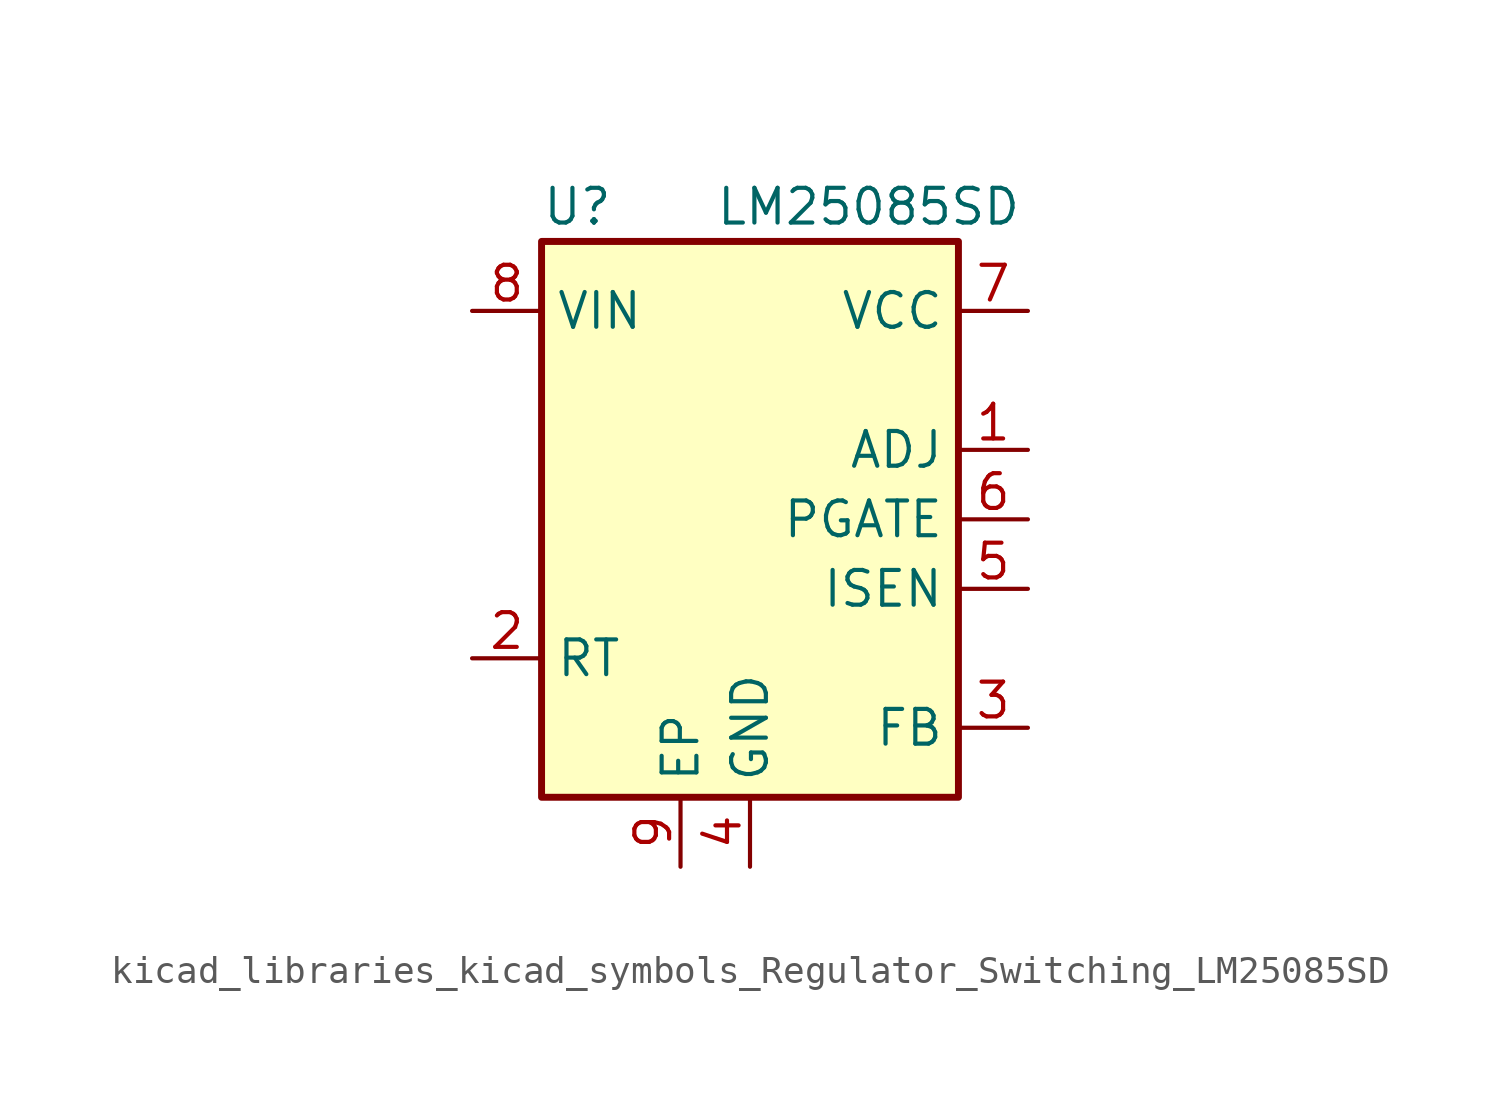
<source format=kicad_sym>
(kicad_symbol_lib
  (version 20220914)
  (generator kicad_symbol_editor)
  (symbol "kicad_libraries_kicad_symbols_Regulator_Switching_LM25085SD"
    (property "Reference" "U"
      (at -7.62 11.43 0)
      (effects (font (size 1.27 1.27)) (justify left)))
    (property "Value" "LM25085SD"
      (at -1.27 11.43 0)
      (effects (font (size 1.27 1.27)) (justify left)))
    (symbol "kicad_libraries_kicad_symbols_Regulator_Switching_LM25085SD_0_1"
      (rectangle (start -7.62 10.16) (end 7.62 -10.16) (stroke (width 0.254) (type default)) (fill (type background))))
    (symbol "kicad_libraries_kicad_symbols_Regulator_Switching_LM25085SD_1_1"
      (pin input line (at 10.16 2.54 180) (length 2.54) (name "ADJ" (effects (font (size 1.27 1.27)))) (number "1" (effects (font (size 1.27 1.27)))))
      (pin input line (at -10.16 -5.08 0) (length 2.54) (name "RT" (effects (font (size 1.27 1.27)))) (number "2" (effects (font (size 1.27 1.27)))))
      (pin input line (at 10.16 -7.62 180) (length 2.54) (name "FB" (effects (font (size 1.27 1.27)))) (number "3" (effects (font (size 1.27 1.27)))))
      (pin power_in line (at 0 -12.7 90) (length 2.54) (name "GND" (effects (font (size 1.27 1.27)))) (number "4" (effects (font (size 1.27 1.27)))))
      (pin input line (at 10.16 -2.54 180) (length 2.54) (name "ISEN" (effects (font (size 1.27 1.27)))) (number "5" (effects (font (size 1.27 1.27)))))
      (pin output line (at 10.16 0 180) (length 2.54) (name "PGATE" (effects (font (size 1.27 1.27)))) (number "6" (effects (font (size 1.27 1.27)))))
      (pin power_out line (at 10.16 7.62 180) (length 2.54) (name "VCC" (effects (font (size 1.27 1.27)))) (number "7" (effects (font (size 1.27 1.27)))))
      (pin power_in line (at -10.16 7.62 0) (length 2.54) (name "VIN" (effects (font (size 1.27 1.27)))) (number "8" (effects (font (size 1.27 1.27)))))
      (pin passive line (at -2.54 -12.7 90) (length 2.54) (name "EP" (effects (font (size 1.27 1.27)))) (number "9" (effects (font (size 1.27 1.27))))))))
</source>
